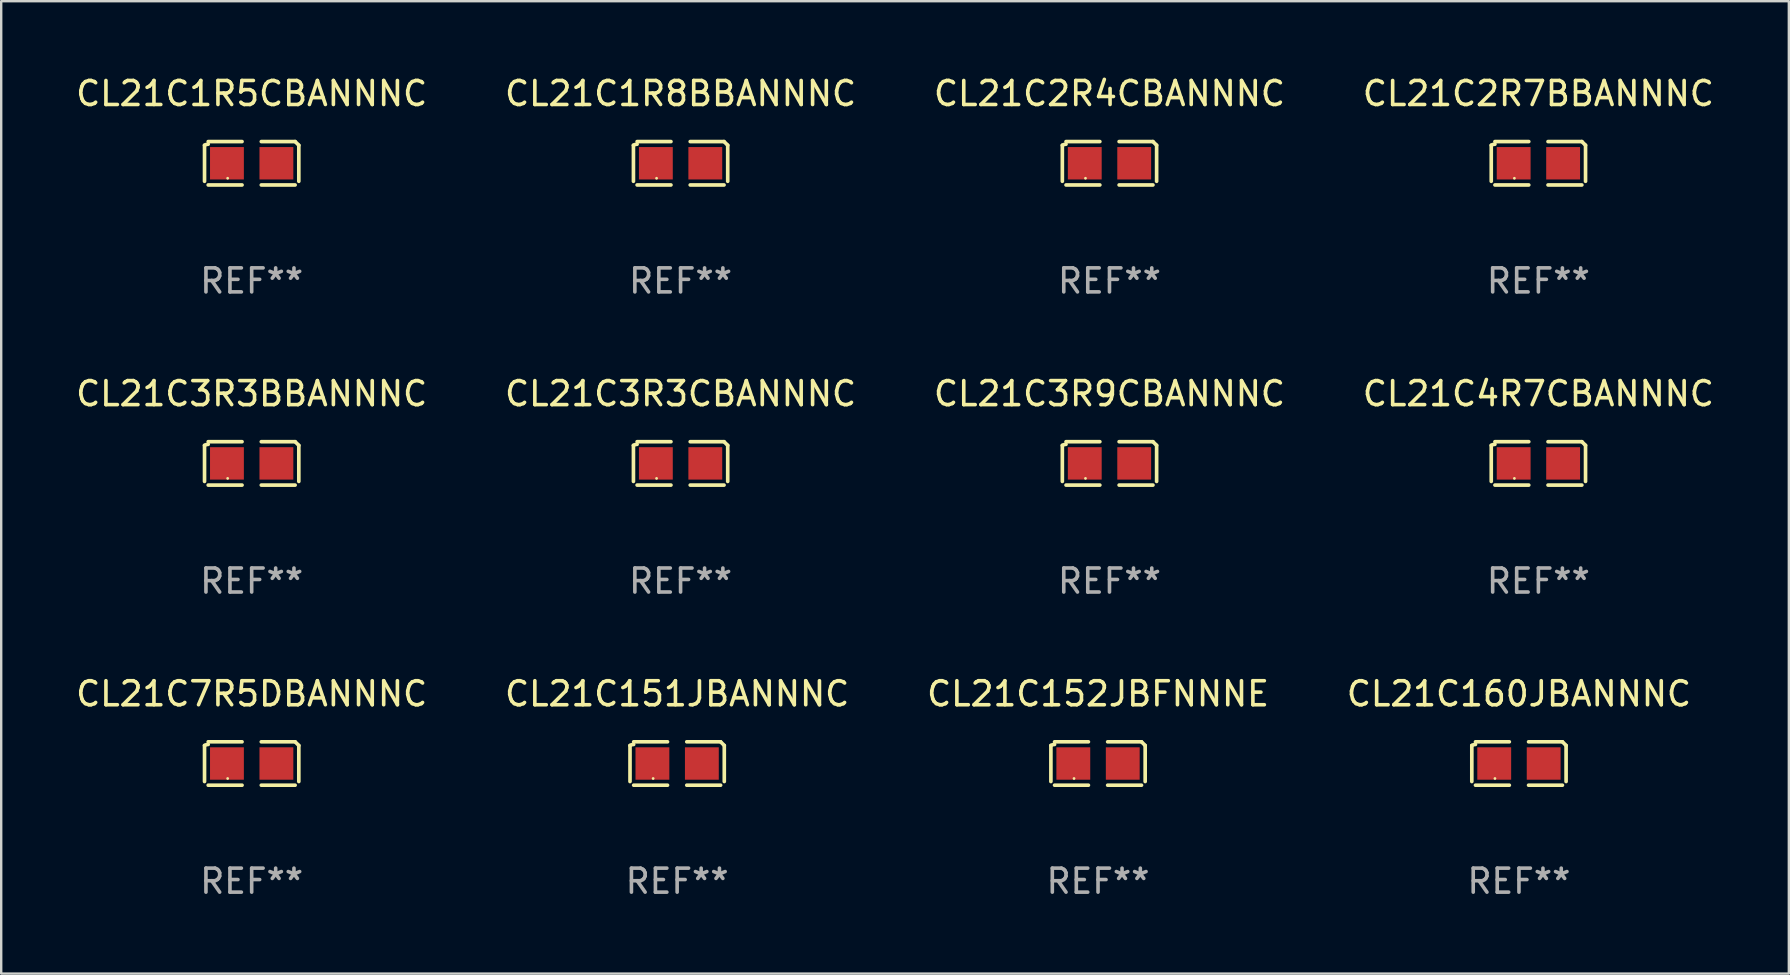
<source format=kicad_pcb>
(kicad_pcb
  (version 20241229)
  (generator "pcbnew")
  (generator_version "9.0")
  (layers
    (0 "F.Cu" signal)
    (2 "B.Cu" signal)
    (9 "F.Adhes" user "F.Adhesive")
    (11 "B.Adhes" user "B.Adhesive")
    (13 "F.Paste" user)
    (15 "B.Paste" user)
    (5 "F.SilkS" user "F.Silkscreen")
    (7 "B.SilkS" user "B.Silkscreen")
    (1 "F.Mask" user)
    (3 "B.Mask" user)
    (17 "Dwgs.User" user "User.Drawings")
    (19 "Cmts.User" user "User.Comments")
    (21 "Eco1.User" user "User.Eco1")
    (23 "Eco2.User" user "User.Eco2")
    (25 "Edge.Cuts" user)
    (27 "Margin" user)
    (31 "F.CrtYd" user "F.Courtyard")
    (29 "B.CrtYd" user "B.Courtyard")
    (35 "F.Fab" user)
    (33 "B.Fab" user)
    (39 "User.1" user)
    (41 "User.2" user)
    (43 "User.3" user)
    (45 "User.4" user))
  (footprint "CL21C160JBANNNC"
    (layer "F.Cu")
    (at 60.232 28.759)
    (property "Reference" "CL21C160JBANNNC" (at 0 -2.904 0) (layer "F.SilkS") (effects (font (size 1 1) (thickness 0.15))))
    (attr through_hole)
    (fp_line (start -1.964 0.751) (end -1.964 -0.751) (stroke (width 0.152) (type solid)) (layer "F.SilkS"))
    (fp_line (start -1.811 -0.904) (end -0.401 -0.904) (stroke (width 0.152) (type solid)) (layer "F.SilkS"))
    (fp_line (start -0.401 0.904) (end -1.811 0.904) (stroke (width 0.152) (type solid)) (layer "F.SilkS"))
    (fp_line (start 0.401 0.904) (end 1.811 0.904) (stroke (width 0.152) (type solid)) (layer "F.SilkS"))
    (fp_line (start 1.811 -0.904) (end 0.401 -0.904) (stroke (width 0.152) (type solid)) (layer "F.SilkS"))
    (fp_line (start 1.964 0.751) (end 1.964 -0.751) (stroke (width 0.152) (type solid)) (layer "F.SilkS"))
    (fp_arc (start -1.963602 -0.751207) (mid -1.890354 -0.783131) (end -1.811201 -0.794044) (stroke (width 0.1524) (type solid)) (layer "F.SilkS"))
    (fp_arc (start 1.811202 -0.903607) (mid 1.887413 -0.827418) (end 1.963602 -0.751207) (stroke (width 0.1524) (type solid)) (layer "F.SilkS"))
    (fp_circle (center -1 0.625) (end -0.97 0.625) (stroke (width 0.06) (type solid)) (fill no) (layer "F.SilkS"))
    (fp_text user "REF**" (at 0 4.904 0) (layer "F.Fab") (effects (font (size 1 1) (thickness 0.15))))
    (pad "1" smd rect (at -1.03 0) (size 1.41 1.35) (layers "F.Cu" "F.Mask" "F.Paste"))
    (pad "2" smd rect (at 1.03 0) (size 1.41 1.35) (layers "F.Cu" "F.Mask" "F.Paste")))
  (footprint "CL21C152JBFNNNE"
    (layer "F.Cu")
    (at 42.696 28.759)
    (property "Reference" "CL21C152JBFNNNE" (at 0 -2.904 0) (layer "F.SilkS") (effects (font (size 1 1) (thickness 0.15))))
    (attr through_hole)
    (fp_line (start -1.964 0.751) (end -1.964 -0.751) (stroke (width 0.152) (type solid)) (layer "F.SilkS"))
    (fp_line (start -1.811 -0.904) (end -0.401 -0.904) (stroke (width 0.152) (type solid)) (layer "F.SilkS"))
    (fp_line (start -0.401 0.904) (end -1.811 0.904) (stroke (width 0.152) (type solid)) (layer "F.SilkS"))
    (fp_line (start 0.401 0.904) (end 1.811 0.904) (stroke (width 0.152) (type solid)) (layer "F.SilkS"))
    (fp_line (start 1.811 -0.904) (end 0.401 -0.904) (stroke (width 0.152) (type solid)) (layer "F.SilkS"))
    (fp_line (start 1.964 0.751) (end 1.964 -0.751) (stroke (width 0.152) (type solid)) (layer "F.SilkS"))
    (fp_arc (start -1.963602 -0.751207) (mid -1.890354 -0.783131) (end -1.811201 -0.794044) (stroke (width 0.1524) (type solid)) (layer "F.SilkS"))
    (fp_arc (start 1.811202 -0.903607) (mid 1.887413 -0.827418) (end 1.963602 -0.751207) (stroke (width 0.1524) (type solid)) (layer "F.SilkS"))
    (fp_circle (center -1 0.625) (end -0.97 0.625) (stroke (width 0.06) (type solid)) (fill no) (layer "F.SilkS"))
    (fp_text user "REF**" (at 0 4.904 0) (layer "F.Fab") (effects (font (size 1 1) (thickness 0.15))))
    (pad "1" smd rect (at -1.03 0) (size 1.41 1.35) (layers "F.Cu" "F.Mask" "F.Paste"))
    (pad "2" smd rect (at 1.03 0) (size 1.41 1.35) (layers "F.Cu" "F.Mask" "F.Paste")))
  (footprint "CL21C3R3CBANNNC"
    (layer "F.Cu")
    (at 25.304 16.256)
    (property "Reference" "CL21C3R3CBANNNC" (at 0 -2.904 0) (layer "F.SilkS") (effects (font (size 1 1) (thickness 0.15))))
    (attr through_hole)
    (fp_line (start -1.964 0.751) (end -1.964 -0.751) (stroke (width 0.152) (type solid)) (layer "F.SilkS"))
    (fp_line (start -1.811 -0.904) (end -0.401 -0.904) (stroke (width 0.152) (type solid)) (layer "F.SilkS"))
    (fp_line (start -0.401 0.904) (end -1.811 0.904) (stroke (width 0.152) (type solid)) (layer "F.SilkS"))
    (fp_line (start 0.401 0.904) (end 1.811 0.904) (stroke (width 0.152) (type solid)) (layer "F.SilkS"))
    (fp_line (start 1.811 -0.904) (end 0.401 -0.904) (stroke (width 0.152) (type solid)) (layer "F.SilkS"))
    (fp_line (start 1.964 0.751) (end 1.964 -0.751) (stroke (width 0.152) (type solid)) (layer "F.SilkS"))
    (fp_arc (start -1.963602 -0.751207) (mid -1.890354 -0.783131) (end -1.811201 -0.794044) (stroke (width 0.1524) (type solid)) (layer "F.SilkS"))
    (fp_arc (start 1.811202 -0.903607) (mid 1.887413 -0.827418) (end 1.963602 -0.751207) (stroke (width 0.1524) (type solid)) (layer "F.SilkS"))
    (fp_circle (center -1 0.625) (end -0.97 0.625) (stroke (width 0.06) (type solid)) (fill no) (layer "F.SilkS"))
    (fp_text user "REF**" (at 0 4.904 0) (layer "F.Fab") (effects (font (size 1 1) (thickness 0.15))))
    (pad "1" smd rect (at -1.03 0) (size 1.41 1.35) (layers "F.Cu" "F.Mask" "F.Paste"))
    (pad "2" smd rect (at 1.03 0) (size 1.41 1.35) (layers "F.Cu" "F.Mask" "F.Paste")))
  (footprint "CL21C1R8BBANNNC"
    (layer "F.Cu")
    (at 25.304 3.752)
    (property "Reference" "CL21C1R8BBANNNC" (at 0 -2.904 0) (layer "F.SilkS") (effects (font (size 1 1) (thickness 0.15))))
    (attr through_hole)
    (fp_line (start -1.964 0.751) (end -1.964 -0.751) (stroke (width 0.152) (type solid)) (layer "F.SilkS"))
    (fp_line (start -1.811 -0.904) (end -0.401 -0.904) (stroke (width 0.152) (type solid)) (layer "F.SilkS"))
    (fp_line (start -0.401 0.904) (end -1.811 0.904) (stroke (width 0.152) (type solid)) (layer "F.SilkS"))
    (fp_line (start 0.401 0.904) (end 1.811 0.904) (stroke (width 0.152) (type solid)) (layer "F.SilkS"))
    (fp_line (start 1.811 -0.904) (end 0.401 -0.904) (stroke (width 0.152) (type solid)) (layer "F.SilkS"))
    (fp_line (start 1.964 0.751) (end 1.964 -0.751) (stroke (width 0.152) (type solid)) (layer "F.SilkS"))
    (fp_arc (start -1.963602 -0.751207) (mid -1.890354 -0.783131) (end -1.811201 -0.794044) (stroke (width 0.1524) (type solid)) (layer "F.SilkS"))
    (fp_arc (start 1.811202 -0.903607) (mid 1.887413 -0.827418) (end 1.963602 -0.751207) (stroke (width 0.1524) (type solid)) (layer "F.SilkS"))
    (fp_circle (center -1 0.625) (end -0.97 0.625) (stroke (width 0.06) (type solid)) (fill no) (layer "F.SilkS"))
    (fp_text user "REF**" (at 0 4.904 0) (layer "F.Fab") (effects (font (size 1 1) (thickness 0.15))))
    (pad "1" smd rect (at -1.03 0) (size 1.41 1.35) (layers "F.Cu" "F.Mask" "F.Paste"))
    (pad "2" smd rect (at 1.03 0) (size 1.41 1.35) (layers "F.Cu" "F.Mask" "F.Paste")))
  (footprint "CL21C151JBANNNC"
    (layer "F.Cu")
    (at 25.161 28.759)
    (property "Reference" "CL21C151JBANNNC" (at 0 -2.904 0) (layer "F.SilkS") (effects (font (size 1 1) (thickness 0.15))))
    (attr through_hole)
    (fp_line (start -1.964 0.751) (end -1.964 -0.751) (stroke (width 0.152) (type solid)) (layer "F.SilkS"))
    (fp_line (start -1.811 -0.904) (end -0.401 -0.904) (stroke (width 0.152) (type solid)) (layer "F.SilkS"))
    (fp_line (start -0.401 0.904) (end -1.811 0.904) (stroke (width 0.152) (type solid)) (layer "F.SilkS"))
    (fp_line (start 0.401 0.904) (end 1.811 0.904) (stroke (width 0.152) (type solid)) (layer "F.SilkS"))
    (fp_line (start 1.811 -0.904) (end 0.401 -0.904) (stroke (width 0.152) (type solid)) (layer "F.SilkS"))
    (fp_line (start 1.964 0.751) (end 1.964 -0.751) (stroke (width 0.152) (type solid)) (layer "F.SilkS"))
    (fp_arc (start -1.963602 -0.751207) (mid -1.890354 -0.783131) (end -1.811201 -0.794044) (stroke (width 0.1524) (type solid)) (layer "F.SilkS"))
    (fp_arc (start 1.811202 -0.903607) (mid 1.887413 -0.827418) (end 1.963602 -0.751207) (stroke (width 0.1524) (type solid)) (layer "F.SilkS"))
    (fp_circle (center -1 0.625) (end -0.97 0.625) (stroke (width 0.06) (type solid)) (fill no) (layer "F.SilkS"))
    (fp_text user "REF**" (at 0 4.904 0) (layer "F.Fab") (effects (font (size 1 1) (thickness 0.15))))
    (pad "1" smd rect (at -1.03 0) (size 1.41 1.35) (layers "F.Cu" "F.Mask" "F.Paste"))
    (pad "2" smd rect (at 1.03 0) (size 1.41 1.35) (layers "F.Cu" "F.Mask" "F.Paste")))
  (footprint "CL21C3R3BBANNNC"
    (layer "F.Cu")
    (at 7.435 16.256)
    (property "Reference" "CL21C3R3BBANNNC" (at 0 -2.904 0) (layer "F.SilkS") (effects (font (size 1 1) (thickness 0.15))))
    (attr through_hole)
    (fp_line (start -1.964 0.751) (end -1.964 -0.751) (stroke (width 0.152) (type solid)) (layer "F.SilkS"))
    (fp_line (start -1.811 -0.904) (end -0.401 -0.904) (stroke (width 0.152) (type solid)) (layer "F.SilkS"))
    (fp_line (start -0.401 0.904) (end -1.811 0.904) (stroke (width 0.152) (type solid)) (layer "F.SilkS"))
    (fp_line (start 0.401 0.904) (end 1.811 0.904) (stroke (width 0.152) (type solid)) (layer "F.SilkS"))
    (fp_line (start 1.811 -0.904) (end 0.401 -0.904) (stroke (width 0.152) (type solid)) (layer "F.SilkS"))
    (fp_line (start 1.964 0.751) (end 1.964 -0.751) (stroke (width 0.152) (type solid)) (layer "F.SilkS"))
    (fp_arc (start -1.963602 -0.751207) (mid -1.890354 -0.783131) (end -1.811201 -0.794044) (stroke (width 0.1524) (type solid)) (layer "F.SilkS"))
    (fp_arc (start 1.811202 -0.903607) (mid 1.887413 -0.827418) (end 1.963602 -0.751207) (stroke (width 0.1524) (type solid)) (layer "F.SilkS"))
    (fp_circle (center -1 0.625) (end -0.97 0.625) (stroke (width 0.06) (type solid)) (fill no) (layer "F.SilkS"))
    (fp_text user "REF**" (at 0 4.904 0) (layer "F.Fab") (effects (font (size 1 1) (thickness 0.15))))
    (pad "1" smd rect (at -1.03 0) (size 1.41 1.35) (layers "F.Cu" "F.Mask" "F.Paste"))
    (pad "2" smd rect (at 1.03 0) (size 1.41 1.35) (layers "F.Cu" "F.Mask" "F.Paste")))
  (footprint "CL21C4R7CBANNNC"
    (layer "F.Cu")
    (at 61.042 16.256)
    (property "Reference" "CL21C4R7CBANNNC" (at 0 -2.904 0) (layer "F.SilkS") (effects (font (size 1 1) (thickness 0.15))))
    (attr through_hole)
    (fp_line (start -1.964 0.751) (end -1.964 -0.751) (stroke (width 0.152) (type solid)) (layer "F.SilkS"))
    (fp_line (start -1.811 -0.904) (end -0.401 -0.904) (stroke (width 0.152) (type solid)) (layer "F.SilkS"))
    (fp_line (start -0.401 0.904) (end -1.811 0.904) (stroke (width 0.152) (type solid)) (layer "F.SilkS"))
    (fp_line (start 0.401 0.904) (end 1.811 0.904) (stroke (width 0.152) (type solid)) (layer "F.SilkS"))
    (fp_line (start 1.811 -0.904) (end 0.401 -0.904) (stroke (width 0.152) (type solid)) (layer "F.SilkS"))
    (fp_line (start 1.964 0.751) (end 1.964 -0.751) (stroke (width 0.152) (type solid)) (layer "F.SilkS"))
    (fp_arc (start -1.963602 -0.751207) (mid -1.890354 -0.783131) (end -1.811201 -0.794044) (stroke (width 0.1524) (type solid)) (layer "F.SilkS"))
    (fp_arc (start 1.811202 -0.903607) (mid 1.887413 -0.827418) (end 1.963602 -0.751207) (stroke (width 0.1524) (type solid)) (layer "F.SilkS"))
    (fp_circle (center -1 0.625) (end -0.97 0.625) (stroke (width 0.06) (type solid)) (fill no) (layer "F.SilkS"))
    (fp_text user "REF**" (at 0 4.904 0) (layer "F.Fab") (effects (font (size 1 1) (thickness 0.15))))
    (pad "1" smd rect (at -1.03 0) (size 1.41 1.35) (layers "F.Cu" "F.Mask" "F.Paste"))
    (pad "2" smd rect (at 1.03 0) (size 1.41 1.35) (layers "F.Cu" "F.Mask" "F.Paste")))
  (footprint "CL21C1R5CBANNNC"
    (layer "F.Cu")
    (at 7.435 3.752)
    (property "Reference" "CL21C1R5CBANNNC" (at 0 -2.904 0) (layer "F.SilkS") (effects (font (size 1 1) (thickness 0.15))))
    (attr through_hole)
    (fp_line (start -1.964 0.751) (end -1.964 -0.751) (stroke (width 0.152) (type solid)) (layer "F.SilkS"))
    (fp_line (start -1.811 -0.904) (end -0.401 -0.904) (stroke (width 0.152) (type solid)) (layer "F.SilkS"))
    (fp_line (start -0.401 0.904) (end -1.811 0.904) (stroke (width 0.152) (type solid)) (layer "F.SilkS"))
    (fp_line (start 0.401 0.904) (end 1.811 0.904) (stroke (width 0.152) (type solid)) (layer "F.SilkS"))
    (fp_line (start 1.811 -0.904) (end 0.401 -0.904) (stroke (width 0.152) (type solid)) (layer "F.SilkS"))
    (fp_line (start 1.964 0.751) (end 1.964 -0.751) (stroke (width 0.152) (type solid)) (layer "F.SilkS"))
    (fp_arc (start -1.963602 -0.751207) (mid -1.890354 -0.783131) (end -1.811201 -0.794044) (stroke (width 0.1524) (type solid)) (layer "F.SilkS"))
    (fp_arc (start 1.811202 -0.903607) (mid 1.887413 -0.827418) (end 1.963602 -0.751207) (stroke (width 0.1524) (type solid)) (layer "F.SilkS"))
    (fp_circle (center -1 0.625) (end -0.97 0.625) (stroke (width 0.06) (type solid)) (fill no) (layer "F.SilkS"))
    (fp_text user "REF**" (at 0 4.904 0) (layer "F.Fab") (effects (font (size 1 1) (thickness 0.15))))
    (pad "1" smd rect (at -1.03 0) (size 1.41 1.35) (layers "F.Cu" "F.Mask" "F.Paste"))
    (pad "2" smd rect (at 1.03 0) (size 1.41 1.35) (layers "F.Cu" "F.Mask" "F.Paste")))
  (footprint "CL21C2R7BBANNNC"
    (layer "F.Cu")
    (at 61.042 3.752)
    (property "Reference" "CL21C2R7BBANNNC" (at 0 -2.904 0) (layer "F.SilkS") (effects (font (size 1 1) (thickness 0.15))))
    (attr through_hole)
    (fp_line (start -1.964 0.751) (end -1.964 -0.751) (stroke (width 0.152) (type solid)) (layer "F.SilkS"))
    (fp_line (start -1.811 -0.904) (end -0.401 -0.904) (stroke (width 0.152) (type solid)) (layer "F.SilkS"))
    (fp_line (start -0.401 0.904) (end -1.811 0.904) (stroke (width 0.152) (type solid)) (layer "F.SilkS"))
    (fp_line (start 0.401 0.904) (end 1.811 0.904) (stroke (width 0.152) (type solid)) (layer "F.SilkS"))
    (fp_line (start 1.811 -0.904) (end 0.401 -0.904) (stroke (width 0.152) (type solid)) (layer "F.SilkS"))
    (fp_line (start 1.964 0.751) (end 1.964 -0.751) (stroke (width 0.152) (type solid)) (layer "F.SilkS"))
    (fp_arc (start -1.963602 -0.751207) (mid -1.890354 -0.783131) (end -1.811201 -0.794044) (stroke (width 0.1524) (type solid)) (layer "F.SilkS"))
    (fp_arc (start 1.811202 -0.903607) (mid 1.887413 -0.827418) (end 1.963602 -0.751207) (stroke (width 0.1524) (type solid)) (layer "F.SilkS"))
    (fp_circle (center -1 0.625) (end -0.97 0.625) (stroke (width 0.06) (type solid)) (fill no) (layer "F.SilkS"))
    (fp_text user "REF**" (at 0 4.904 0) (layer "F.Fab") (effects (font (size 1 1) (thickness 0.15))))
    (pad "1" smd rect (at -1.03 0) (size 1.41 1.35) (layers "F.Cu" "F.Mask" "F.Paste"))
    (pad "2" smd rect (at 1.03 0) (size 1.41 1.35) (layers "F.Cu" "F.Mask" "F.Paste")))
  (footprint "CL21C3R9CBANNNC"
    (layer "F.Cu")
    (at 43.173 16.256)
    (property "Reference" "CL21C3R9CBANNNC" (at 0 -2.904 0) (layer "F.SilkS") (effects (font (size 1 1) (thickness 0.15))))
    (attr through_hole)
    (fp_line (start -1.964 0.751) (end -1.964 -0.751) (stroke (width 0.152) (type solid)) (layer "F.SilkS"))
    (fp_line (start -1.811 -0.904) (end -0.401 -0.904) (stroke (width 0.152) (type solid)) (layer "F.SilkS"))
    (fp_line (start -0.401 0.904) (end -1.811 0.904) (stroke (width 0.152) (type solid)) (layer "F.SilkS"))
    (fp_line (start 0.401 0.904) (end 1.811 0.904) (stroke (width 0.152) (type solid)) (layer "F.SilkS"))
    (fp_line (start 1.811 -0.904) (end 0.401 -0.904) (stroke (width 0.152) (type solid)) (layer "F.SilkS"))
    (fp_line (start 1.964 0.751) (end 1.964 -0.751) (stroke (width 0.152) (type solid)) (layer "F.SilkS"))
    (fp_arc (start -1.963602 -0.751207) (mid -1.890354 -0.783131) (end -1.811201 -0.794044) (stroke (width 0.1524) (type solid)) (layer "F.SilkS"))
    (fp_arc (start 1.811202 -0.903607) (mid 1.887413 -0.827418) (end 1.963602 -0.751207) (stroke (width 0.1524) (type solid)) (layer "F.SilkS"))
    (fp_circle (center -1 0.625) (end -0.97 0.625) (stroke (width 0.06) (type solid)) (fill no) (layer "F.SilkS"))
    (fp_text user "REF**" (at 0 4.904 0) (layer "F.Fab") (effects (font (size 1 1) (thickness 0.15))))
    (pad "1" smd rect (at -1.03 0) (size 1.41 1.35) (layers "F.Cu" "F.Mask" "F.Paste"))
    (pad "2" smd rect (at 1.03 0) (size 1.41 1.35) (layers "F.Cu" "F.Mask" "F.Paste")))
  (footprint "CL21C7R5DBANNNC"
    (layer "F.Cu")
    (at 7.435 28.759)
    (property "Reference" "CL21C7R5DBANNNC" (at 0 -2.904 0) (layer "F.SilkS") (effects (font (size 1 1) (thickness 0.15))))
    (attr through_hole)
    (fp_line (start -1.964 0.751) (end -1.964 -0.751) (stroke (width 0.152) (type solid)) (layer "F.SilkS"))
    (fp_line (start -1.811 -0.904) (end -0.401 -0.904) (stroke (width 0.152) (type solid)) (layer "F.SilkS"))
    (fp_line (start -0.401 0.904) (end -1.811 0.904) (stroke (width 0.152) (type solid)) (layer "F.SilkS"))
    (fp_line (start 0.401 0.904) (end 1.811 0.904) (stroke (width 0.152) (type solid)) (layer "F.SilkS"))
    (fp_line (start 1.811 -0.904) (end 0.401 -0.904) (stroke (width 0.152) (type solid)) (layer "F.SilkS"))
    (fp_line (start 1.964 0.751) (end 1.964 -0.751) (stroke (width 0.152) (type solid)) (layer "F.SilkS"))
    (fp_arc (start -1.963602 -0.751207) (mid -1.890354 -0.783131) (end -1.811201 -0.794044) (stroke (width 0.1524) (type solid)) (layer "F.SilkS"))
    (fp_arc (start 1.811202 -0.903607) (mid 1.887413 -0.827418) (end 1.963602 -0.751207) (stroke (width 0.1524) (type solid)) (layer "F.SilkS"))
    (fp_circle (center -1 0.625) (end -0.97 0.625) (stroke (width 0.06) (type solid)) (fill no) (layer "F.SilkS"))
    (fp_text user "REF**" (at 0 4.904 0) (layer "F.Fab") (effects (font (size 1 1) (thickness 0.15))))
    (pad "1" smd rect (at -1.03 0) (size 1.41 1.35) (layers "F.Cu" "F.Mask" "F.Paste"))
    (pad "2" smd rect (at 1.03 0) (size 1.41 1.35) (layers "F.Cu" "F.Mask" "F.Paste")))
  (footprint "CL21C2R4CBANNNC"
    (layer "F.Cu")
    (at 43.173 3.752)
    (property "Reference" "CL21C2R4CBANNNC" (at 0 -2.904 0) (layer "F.SilkS") (effects (font (size 1 1) (thickness 0.15))))
    (attr through_hole)
    (fp_line (start -1.964 0.751) (end -1.964 -0.751) (stroke (width 0.152) (type solid)) (layer "F.SilkS"))
    (fp_line (start -1.811 -0.904) (end -0.401 -0.904) (stroke (width 0.152) (type solid)) (layer "F.SilkS"))
    (fp_line (start -0.401 0.904) (end -1.811 0.904) (stroke (width 0.152) (type solid)) (layer "F.SilkS"))
    (fp_line (start 0.401 0.904) (end 1.811 0.904) (stroke (width 0.152) (type solid)) (layer "F.SilkS"))
    (fp_line (start 1.811 -0.904) (end 0.401 -0.904) (stroke (width 0.152) (type solid)) (layer "F.SilkS"))
    (fp_line (start 1.964 0.751) (end 1.964 -0.751) (stroke (width 0.152) (type solid)) (layer "F.SilkS"))
    (fp_arc (start -1.963602 -0.751207) (mid -1.890354 -0.783131) (end -1.811201 -0.794044) (stroke (width 0.1524) (type solid)) (layer "F.SilkS"))
    (fp_arc (start 1.811202 -0.903607) (mid 1.887413 -0.827418) (end 1.963602 -0.751207) (stroke (width 0.1524) (type solid)) (layer "F.SilkS"))
    (fp_circle (center -1 0.625) (end -0.97 0.625) (stroke (width 0.06) (type solid)) (fill no) (layer "F.SilkS"))
    (fp_text user "REF**" (at 0 4.904 0) (layer "F.Fab") (effects (font (size 1 1) (thickness 0.15))))
    (pad "1" smd rect (at -1.03 0) (size 1.41 1.35) (layers "F.Cu" "F.Mask" "F.Paste"))
    (pad "2" smd rect (at 1.03 0) (size 1.41 1.35) (layers "F.Cu" "F.Mask" "F.Paste")))
  (gr_rect
    (start -3 -3)
    (end 71.476 37.511)
    (stroke (width 0.1) (type default))
    (fill no)
    (layer "Edge.Cuts")))
</source>
